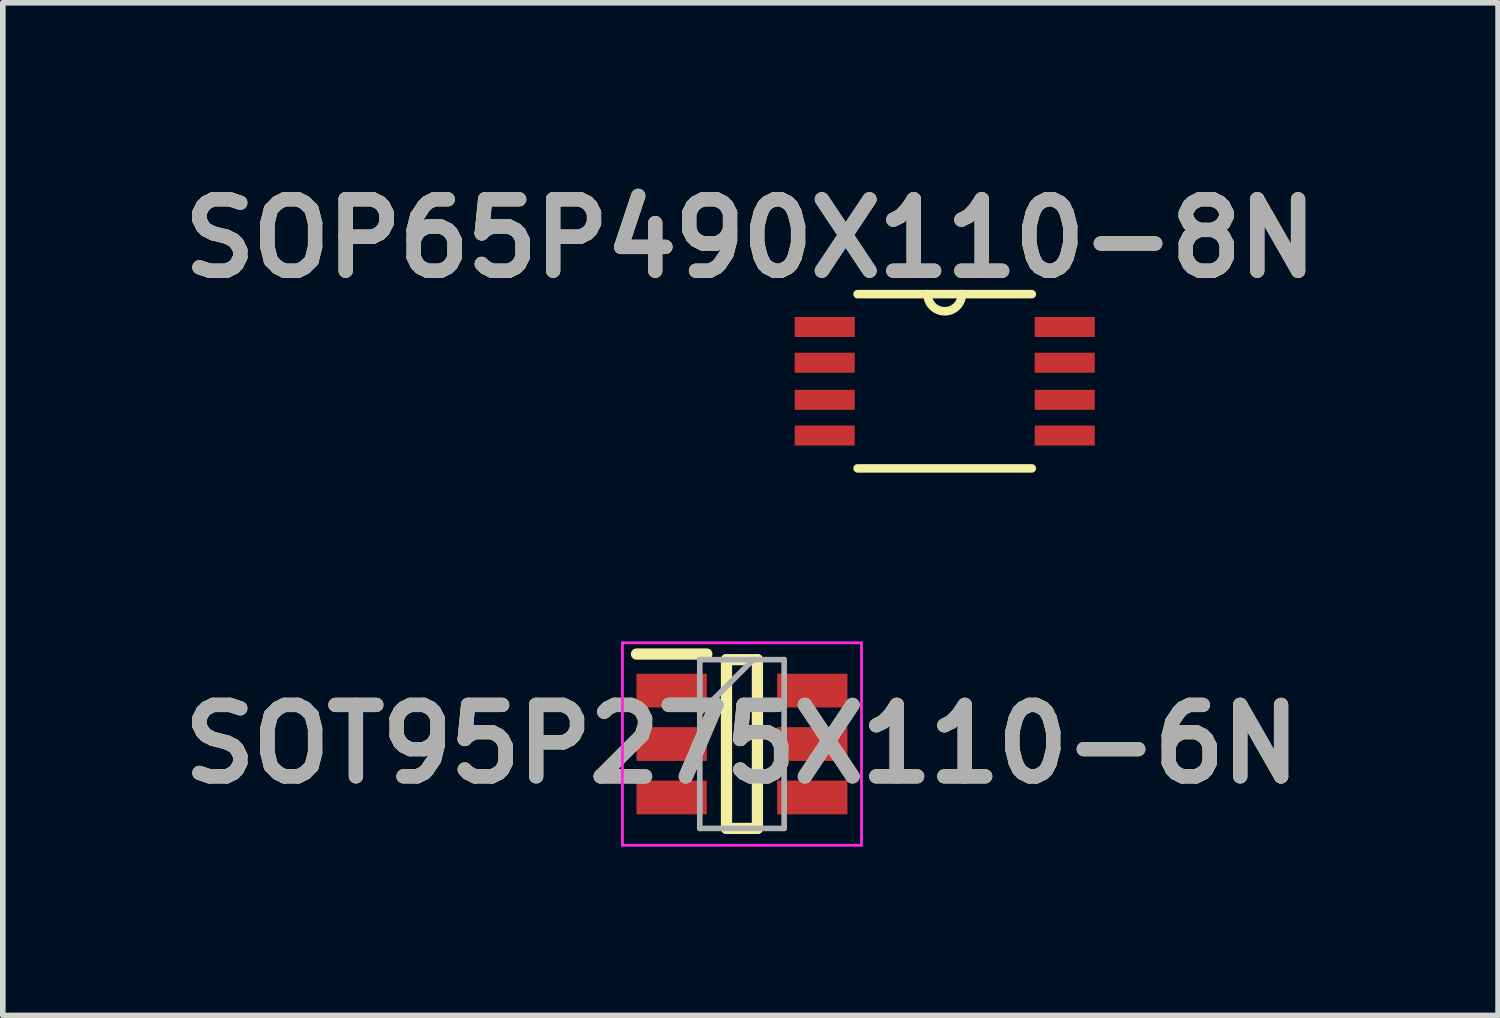
<source format=kicad_pcb>
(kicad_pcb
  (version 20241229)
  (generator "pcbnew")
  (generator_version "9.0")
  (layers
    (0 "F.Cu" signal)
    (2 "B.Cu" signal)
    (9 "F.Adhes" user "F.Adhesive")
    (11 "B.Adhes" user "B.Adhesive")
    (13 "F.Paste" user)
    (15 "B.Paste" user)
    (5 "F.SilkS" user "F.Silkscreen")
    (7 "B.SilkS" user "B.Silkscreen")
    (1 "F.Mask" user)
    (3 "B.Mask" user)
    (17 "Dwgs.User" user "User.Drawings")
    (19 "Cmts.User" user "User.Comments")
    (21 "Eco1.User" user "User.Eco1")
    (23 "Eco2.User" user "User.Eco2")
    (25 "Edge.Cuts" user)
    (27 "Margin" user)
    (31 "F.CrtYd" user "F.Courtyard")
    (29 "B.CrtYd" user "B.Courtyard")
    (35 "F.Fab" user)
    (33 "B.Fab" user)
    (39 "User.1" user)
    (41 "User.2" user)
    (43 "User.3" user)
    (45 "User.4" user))
  (footprint "SOT95P275X110-6N"
    (layer "F.Cu")
    (at 10.142 10.179)
    (property "Reference" "SOT95P275X110-6N" (at 0 0 0) (layer "F.SilkS") (effects (font (size 1.27 1.27) (thickness 0.254))))
    (attr smd)
    (fp_line (start -1.875 -1.6) (end -0.625 -1.6) (stroke (width 0.2) (type solid)) (layer "F.SilkS"))
    (fp_line (start -0.275 -1.5) (end 0.275 -1.5) (stroke (width 0.2) (type solid)) (layer "F.SilkS"))
    (fp_line (start -0.275 1.5) (end -0.275 -1.5) (stroke (width 0.2) (type solid)) (layer "F.SilkS"))
    (fp_line (start 0.275 -1.5) (end 0.275 1.5) (stroke (width 0.2) (type solid)) (layer "F.SilkS"))
    (fp_line (start 0.275 1.5) (end -0.275 1.5) (stroke (width 0.2) (type solid)) (layer "F.SilkS"))
    (fp_line (start -2.125 -1.8) (end 2.125 -1.8) (stroke (width 0.05) (type solid)) (layer "F.CrtYd"))
    (fp_line (start -2.125 1.8) (end -2.125 -1.8) (stroke (width 0.05) (type solid)) (layer "F.CrtYd"))
    (fp_line (start 2.125 -1.8) (end 2.125 1.8) (stroke (width 0.05) (type solid)) (layer "F.CrtYd"))
    (fp_line (start 2.125 1.8) (end -2.125 1.8) (stroke (width 0.05) (type solid)) (layer "F.CrtYd"))
    (fp_line (start -0.75 -1.5) (end 0.75 -1.5) (stroke (width 0.1) (type solid)) (layer "F.Fab"))
    (fp_line (start -0.75 -0.55) (end 0.2 -1.5) (stroke (width 0.1) (type solid)) (layer "F.Fab"))
    (fp_line (start -0.75 1.5) (end -0.75 -1.5) (stroke (width 0.1) (type solid)) (layer "F.Fab"))
    (fp_line (start 0.75 -1.5) (end 0.75 1.5) (stroke (width 0.1) (type solid)) (layer "F.Fab"))
    (fp_line (start 0.75 1.5) (end -0.75 1.5) (stroke (width 0.1) (type solid)) (layer "F.Fab"))
    (fp_text user "${REFERENCE}" (at 0 0 0) (layer "F.Fab") (effects (font (size 1.27 1.27) (thickness 0.254))))
    (pad "1" smd rect (at -1.25 -0.95 90) (size 0.6 1.25) (layers "F.Cu" "F.Mask" "F.Paste"))
    (pad "2" smd rect (at -1.25 0 90) (size 0.6 1.25) (layers "F.Cu" "F.Mask" "F.Paste"))
    (pad "3" smd rect (at -1.25 0.95 90) (size 0.6 1.25) (layers "F.Cu" "F.Mask" "F.Paste"))
    (pad "4" smd rect (at 1.25 0.95 90) (size 0.6 1.25) (layers "F.Cu" "F.Mask" "F.Paste"))
    (pad "5" smd rect (at 1.25 0 90) (size 0.6 1.25) (layers "F.Cu" "F.Mask" "F.Paste"))
    (pad "6" smd rect (at 1.25 -0.95 90) (size 0.6 1.25) (layers "F.Cu" "F.Mask" "F.Paste")))
  (footprint "SOP65P490X110-8N"
    (layer "F.Cu")
    (at 13.747 3.729)
    (property "Reference" "SOP65P490X110-8N" (at -3.454 -2.54 0) (layer "F.SilkS") (effects (font (size 1.27 1.27) (thickness 0.254))))
    (attr smd)
    (fp_line (start -1.549 1.549) (end 1.549 1.549) (stroke (width 0.152) (type solid)) (layer "F.SilkS"))
    (fp_line (start -0.305 -1.549) (end -1.549 -1.549) (stroke (width 0.152) (type solid)) (layer "F.SilkS"))
    (fp_line (start 0.305 -1.549) (end -0.305 -1.549) (stroke (width 0.152) (type solid)) (layer "F.SilkS"))
    (fp_line (start 1.549 -1.549) (end 0.305 -1.549) (stroke (width 0.152) (type solid)) (layer "F.SilkS"))
    (fp_arc (start 0.3048 -1.5494) (mid 0 -1.2446) (end -0.3048 -1.5494) (stroke (width 0.1524) (type solid)) (layer "F.SilkS"))
    (fp_text user "${REFERENCE}" (at -3.454 -2.54 0) (layer "F.Fab") (effects (font (size 1.27 1.27) (thickness 0.254))))
    (pad "1" smd rect (at -2.134 -0.965 90) (size 0.356 1.067) (layers "F.Cu" "F.Mask" "F.Paste"))
    (pad "2" smd rect (at -2.134 -0.33 90) (size 0.356 1.067) (layers "F.Cu" "F.Mask" "F.Paste"))
    (pad "3" smd rect (at -2.134 0.33 90) (size 0.356 1.067) (layers "F.Cu" "F.Mask" "F.Paste"))
    (pad "4" smd rect (at -2.134 0.965 90) (size 0.356 1.067) (layers "F.Cu" "F.Mask" "F.Paste"))
    (pad "5" smd rect (at 2.134 0.965 90) (size 0.356 1.067) (layers "F.Cu" "F.Mask" "F.Paste"))
    (pad "6" smd rect (at 2.134 0.33 90) (size 0.356 1.067) (layers "F.Cu" "F.Mask" "F.Paste"))
    (pad "7" smd rect (at 2.134 -0.33 90) (size 0.356 1.067) (layers "F.Cu" "F.Mask" "F.Paste"))
    (pad "8" smd rect (at 2.134 -0.965 90) (size 0.356 1.067) (layers "F.Cu" "F.Mask" "F.Paste")))
  (gr_rect
    (start -3 -3)
    (end 23.586 15.004)
    (stroke (width 0.1) (type default))
    (fill no)
    (layer "Edge.Cuts")))
</source>
